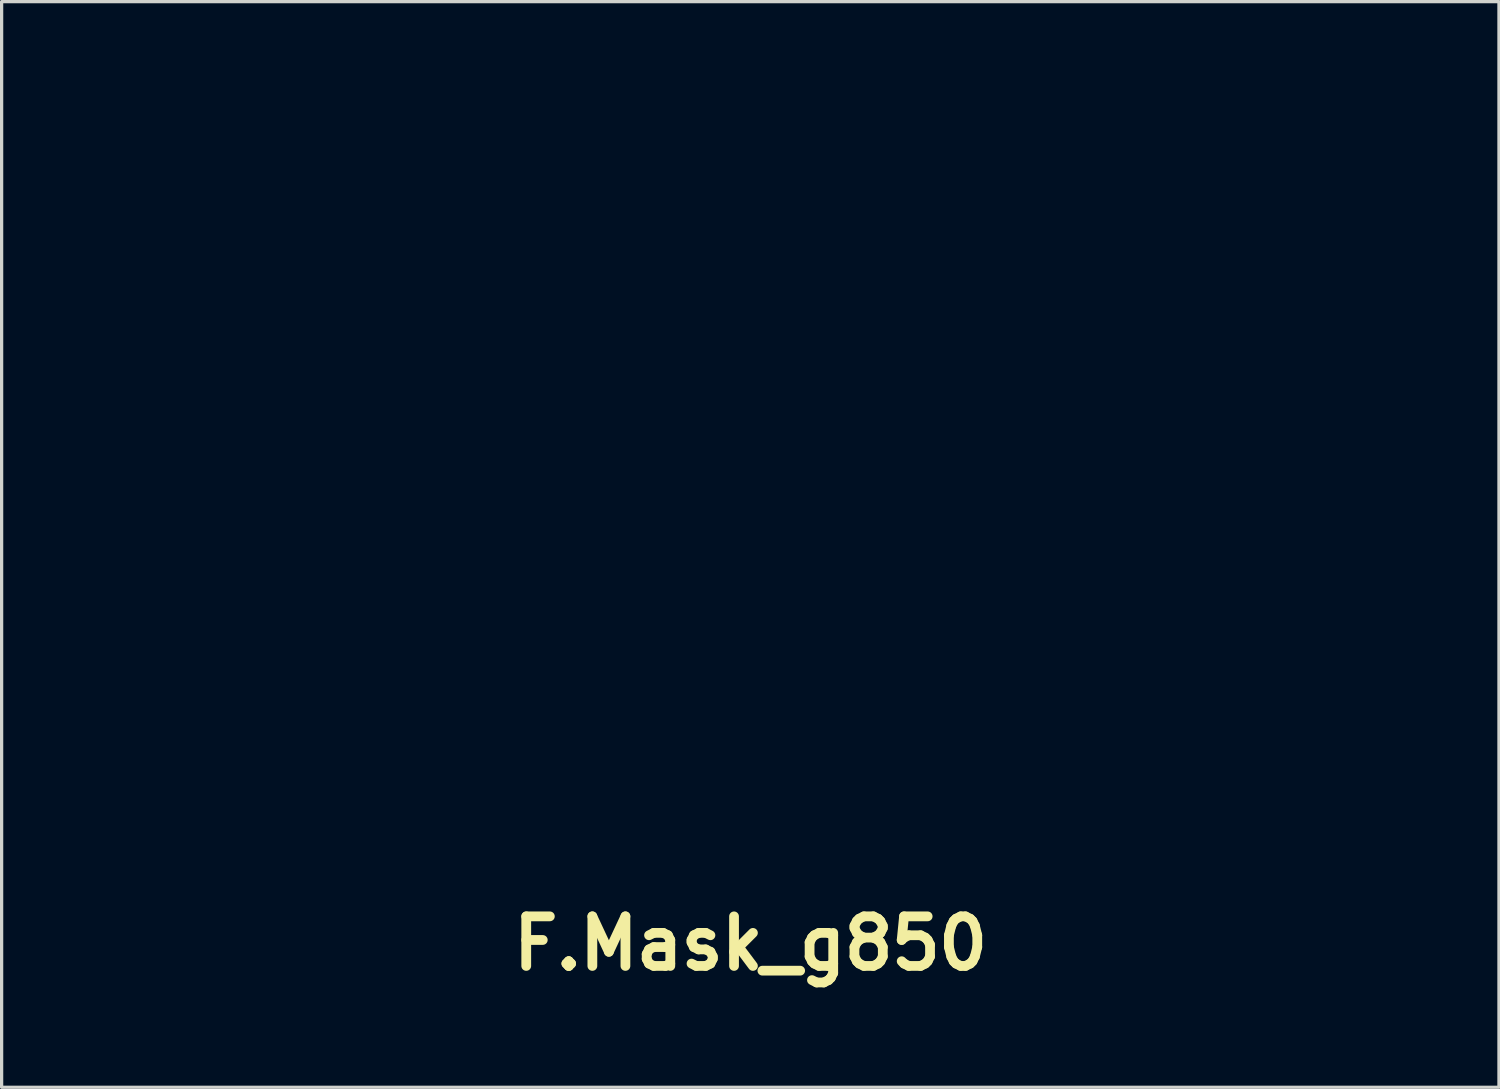
<source format=kicad_pcb>
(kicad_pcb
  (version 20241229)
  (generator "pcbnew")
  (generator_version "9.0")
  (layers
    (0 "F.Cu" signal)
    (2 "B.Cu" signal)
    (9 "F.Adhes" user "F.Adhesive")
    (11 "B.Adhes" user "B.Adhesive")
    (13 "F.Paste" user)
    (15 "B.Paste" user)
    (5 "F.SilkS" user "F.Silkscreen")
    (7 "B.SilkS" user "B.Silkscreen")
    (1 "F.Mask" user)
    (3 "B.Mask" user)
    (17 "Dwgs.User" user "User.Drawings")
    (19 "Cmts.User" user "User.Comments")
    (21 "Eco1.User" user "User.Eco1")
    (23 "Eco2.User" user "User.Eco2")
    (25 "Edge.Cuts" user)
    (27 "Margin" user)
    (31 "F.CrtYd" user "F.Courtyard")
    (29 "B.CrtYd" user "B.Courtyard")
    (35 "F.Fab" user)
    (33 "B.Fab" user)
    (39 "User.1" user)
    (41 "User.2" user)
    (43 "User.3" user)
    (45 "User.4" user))
  (footprint "F.Mask_g850"
    (layer "F.Cu")
    (at 20.018 25.948)
    (property "Reference" "F.Mask_g850" (at 0 0 0) (layer "F.SilkS") (effects (font (size 1.524 1.524) (thickness 0.3))))
    (attr through_hole)
    (fp_poly (pts (xy 17.484 -21.583) (xy 17.713 -21.186) (xy 17.937 -20.798) (xy 18.154 -20.422) (xy 18.364 -20.059) (xy 18.565 -19.71) (xy 18.757 -19.377) (xy 18.938 -19.062) (xy 19.109 -18.766) (xy 19.267 -18.491) (xy 19.412 -18.238) (xy 19.544 -18.01) (xy 19.66 -17.807) (xy 19.761 -17.631) (xy 19.845 -17.484) (xy 19.911 -17.367) (xy 19.959 -17.283) (xy 19.987 -17.231) (xy 19.995 -17.216) (xy 19.972 -17.208) (xy 19.918 -17.194) (xy 19.844 -17.177) (xy 19.82 -17.172) (xy 19.746 -17.159) (xy 19.661 -17.149) (xy 19.557 -17.142) (xy 19.427 -17.138) (xy 19.265 -17.137) (xy 19.188 -17.137) (xy 18.977 -17.139) (xy 18.799 -17.146) (xy 18.645 -17.16) (xy 18.503 -17.182) (xy 18.365 -17.214) (xy 18.222 -17.256) (xy 18.104 -17.296) (xy 17.941 -17.358) (xy 17.785 -17.428) (xy 17.631 -17.509) (xy 17.476 -17.605) (xy 17.313 -17.717) (xy 17.139 -17.851) (xy 16.949 -18.007) (xy 16.739 -18.191) (xy 16.607 -18.309) (xy 16.495 -18.41) (xy 16.38 -18.514) (xy 16.269 -18.613) (xy 16.173 -18.698) (xy 16.108 -18.755) (xy 15.762 -19.041) (xy 15.422 -19.287) (xy 15.085 -19.495) (xy 14.745 -19.668) (xy 14.399 -19.808) (xy 14.041 -19.915) (xy 13.669 -19.992) (xy 13.277 -20.04) (xy 12.965 -20.059) (xy 12.506 -20.058) (xy 12.068 -20.021) (xy 11.649 -19.946) (xy 11.246 -19.835) (xy 10.857 -19.685) (xy 10.481 -19.497) (xy 10.164 -19.303) (xy 10.044 -19.222) (xy 9.929 -19.139) (xy 9.813 -19.052) (xy 9.691 -18.955) (xy 9.558 -18.845) (xy 9.41 -18.717) (xy 9.241 -18.568) (xy 9.054 -18.4) (xy 8.884 -18.247) (xy 8.74 -18.12) (xy 8.618 -18.014) (xy 8.514 -17.925) (xy 8.422 -17.85) (xy 8.338 -17.784) (xy 8.258 -17.725) (xy 8.176 -17.668) (xy 8.135 -17.64) (xy 7.827 -17.458) (xy 7.508 -17.316) (xy 7.171 -17.212) (xy 6.996 -17.174) (xy 6.859 -17.155) (xy 6.691 -17.142) (xy 6.503 -17.134) (xy 6.306 -17.132) (xy 6.111 -17.136) (xy 5.929 -17.145) (xy 5.77 -17.161) (xy 5.683 -17.174) (xy 5.489 -17.215) (xy 5.306 -17.265) (xy 5.131 -17.326) (xy 4.959 -17.401) (xy 4.786 -17.492) (xy 4.609 -17.601) (xy 4.422 -17.731) (xy 4.223 -17.884) (xy 4.007 -18.063) (xy 3.769 -18.27) (xy 3.619 -18.404) (xy 3.421 -18.583) (xy 3.247 -18.736) (xy 3.093 -18.868) (xy 2.953 -18.983) (xy 2.822 -19.086) (xy 2.694 -19.181) (xy 2.564 -19.271) (xy 2.53 -19.294) (xy 2.161 -19.519) (xy 1.777 -19.704) (xy 1.378 -19.851) (xy 0.962 -19.959) (xy 0.53 -20.029) (xy 0.079 -20.061) (xy -0.286 -20.059) (xy -0.717 -20.028) (xy -1.121 -19.968) (xy -1.504 -19.876) (xy -1.87 -19.751) (xy -2.224 -19.592) (xy -2.571 -19.397) (xy -2.705 -19.311) (xy -2.831 -19.225) (xy -2.954 -19.137) (xy -3.079 -19.042) (xy -3.211 -18.936) (xy -3.355 -18.816) (xy -3.517 -18.676) (xy -3.701 -18.513) (xy -3.802 -18.422) (xy -4.027 -18.221) (xy -4.226 -18.047) (xy -4.404 -17.898) (xy -4.564 -17.771) (xy -4.71 -17.663) (xy -4.847 -17.572) (xy -4.977 -17.494) (xy -5.107 -17.427) (xy -5.238 -17.367) (xy -5.376 -17.314) (xy -5.425 -17.296) (xy -5.573 -17.246) (xy -5.707 -17.208) (xy -5.837 -17.179) (xy -5.972 -17.159) (xy -6.12 -17.146) (xy -6.291 -17.139) (xy -6.494 -17.136) (xy -6.54 -17.136) (xy -6.707 -17.137) (xy -6.839 -17.138) (xy -6.945 -17.142) (xy -7.031 -17.147) (xy -7.106 -17.156) (xy -7.178 -17.168) (xy -7.254 -17.183) (xy -7.587 -17.273) (xy -7.895 -17.394) (xy -8.043 -17.467) (xy -8.146 -17.523) (xy -8.244 -17.58) (xy -8.34 -17.641) (xy -8.438 -17.71) (xy -8.544 -17.789) (xy -8.66 -17.882) (xy -8.791 -17.992) (xy -8.941 -18.122) (xy -9.114 -18.276) (xy -9.277 -18.422) (xy -9.455 -18.581) (xy -9.608 -18.716) (xy -9.739 -18.831) (xy -9.856 -18.928) (xy -9.961 -19.014) (xy -10.061 -19.091) (xy -10.161 -19.164) (xy -10.266 -19.237) (xy -10.362 -19.301) (xy -10.72 -19.518) (xy -11.088 -19.698) (xy -11.47 -19.841) (xy -11.871 -19.95) (xy -12.297 -20.027) (xy -12.298 -20.027) (xy -12.423 -20.04) (xy -12.58 -20.049) (xy -12.76 -20.054) (xy -12.953 -20.056) (xy -13.149 -20.053) (xy -13.338 -20.048) (xy -13.512 -20.039) (xy -13.659 -20.026) (xy -13.736 -20.016) (xy -14.155 -19.934) (xy -14.548 -19.822) (xy -14.922 -19.676) (xy -15.282 -19.496) (xy -15.596 -19.303) (xy -15.712 -19.225) (xy -15.822 -19.146) (xy -15.932 -19.063) (xy -16.048 -18.972) (xy -16.173 -18.868) (xy -16.312 -18.749) (xy -16.472 -18.608) (xy -16.656 -18.444) (xy -16.693 -18.411) (xy -16.864 -18.257) (xy -17.01 -18.128) (xy -17.133 -18.02) (xy -17.24 -17.929) (xy -17.334 -17.852) (xy -17.421 -17.785) (xy -17.504 -17.724) (xy -17.589 -17.665) (xy -17.642 -17.629) (xy -17.94 -17.454) (xy -18.252 -17.314) (xy -18.572 -17.213) (xy -18.743 -17.175) (xy -18.867 -17.158) (xy -19.019 -17.145) (xy -19.187 -17.136) (xy -19.361 -17.132) (xy -19.529 -17.133) (xy -19.681 -17.139) (xy -19.804 -17.15) (xy -19.829 -17.154) (xy -19.91 -17.168) (xy -19.974 -17.18) (xy -20.009 -17.189) (xy -20.013 -17.191) (xy -20.003 -17.21) (xy -19.974 -17.263) (xy -19.925 -17.349) (xy -19.858 -17.466) (xy -19.775 -17.612) (xy -19.676 -17.785) (xy -19.563 -17.983) (xy -19.436 -18.203) (xy -19.298 -18.445) (xy -19.148 -18.706) (xy -18.988 -18.985) (xy -18.819 -19.278) (xy -18.643 -19.585) (xy -18.459 -19.904) (xy -18.271 -20.232) (xy -18.078 -20.567) (xy -17.882 -20.908) (xy -17.683 -21.252) (xy -17.484 -21.599) (xy -17.284 -21.944) (xy -17.086 -22.288) (xy -16.891 -22.628) (xy -16.698 -22.961) (xy -16.511 -23.287) (xy -16.329 -23.602) (xy -16.153 -23.906) (xy -15.986 -24.195) (xy -15.828 -24.469) (xy -15.68 -24.725) (xy -15.543 -24.961) (xy -15.419 -25.176) (xy -15.308 -25.367) (xy -15.212 -25.533) (xy -15.131 -25.671) (xy -15.068 -25.78) (xy -15.023 -25.857) (xy -14.996 -25.901) (xy -14.99 -25.911) (xy -14.968 -25.912) (xy -14.905 -25.913) (xy -14.802 -25.913) (xy -14.659 -25.914) (xy -14.479 -25.915) (xy -14.262 -25.916) (xy -14.008 -25.916) (xy -13.72 -25.917) (xy -13.398 -25.918) (xy -13.043 -25.919) (xy -12.657 -25.92) (xy -12.24 -25.921) (xy -11.793 -25.921) (xy -11.318 -25.922) (xy -10.816 -25.923) (xy -10.287 -25.924) (xy -9.733 -25.925) (xy -9.155 -25.925) (xy -8.554 -25.926) (xy -7.93 -25.927) (xy -7.286 -25.928) (xy -6.622 -25.928) (xy -5.939 -25.929) (xy -5.238 -25.93) (xy -4.52 -25.93) (xy -3.787 -25.931) (xy -3.039 -25.932) (xy -2.277 -25.932) (xy -1.503 -25.933) (xy -0.718 -25.933) (xy -0.005 -25.934) (xy 14.965 -25.943) (xy 17.484 -21.583)) (stroke (width 0.01) (type solid)) (fill yes) (layer "F.Mask")))
  (gr_rect
    (start -3 -3)
    (end 43.019 30.366)
    (stroke (width 0.1) (type default))
    (fill no)
    (layer "Edge.Cuts")))
</source>
